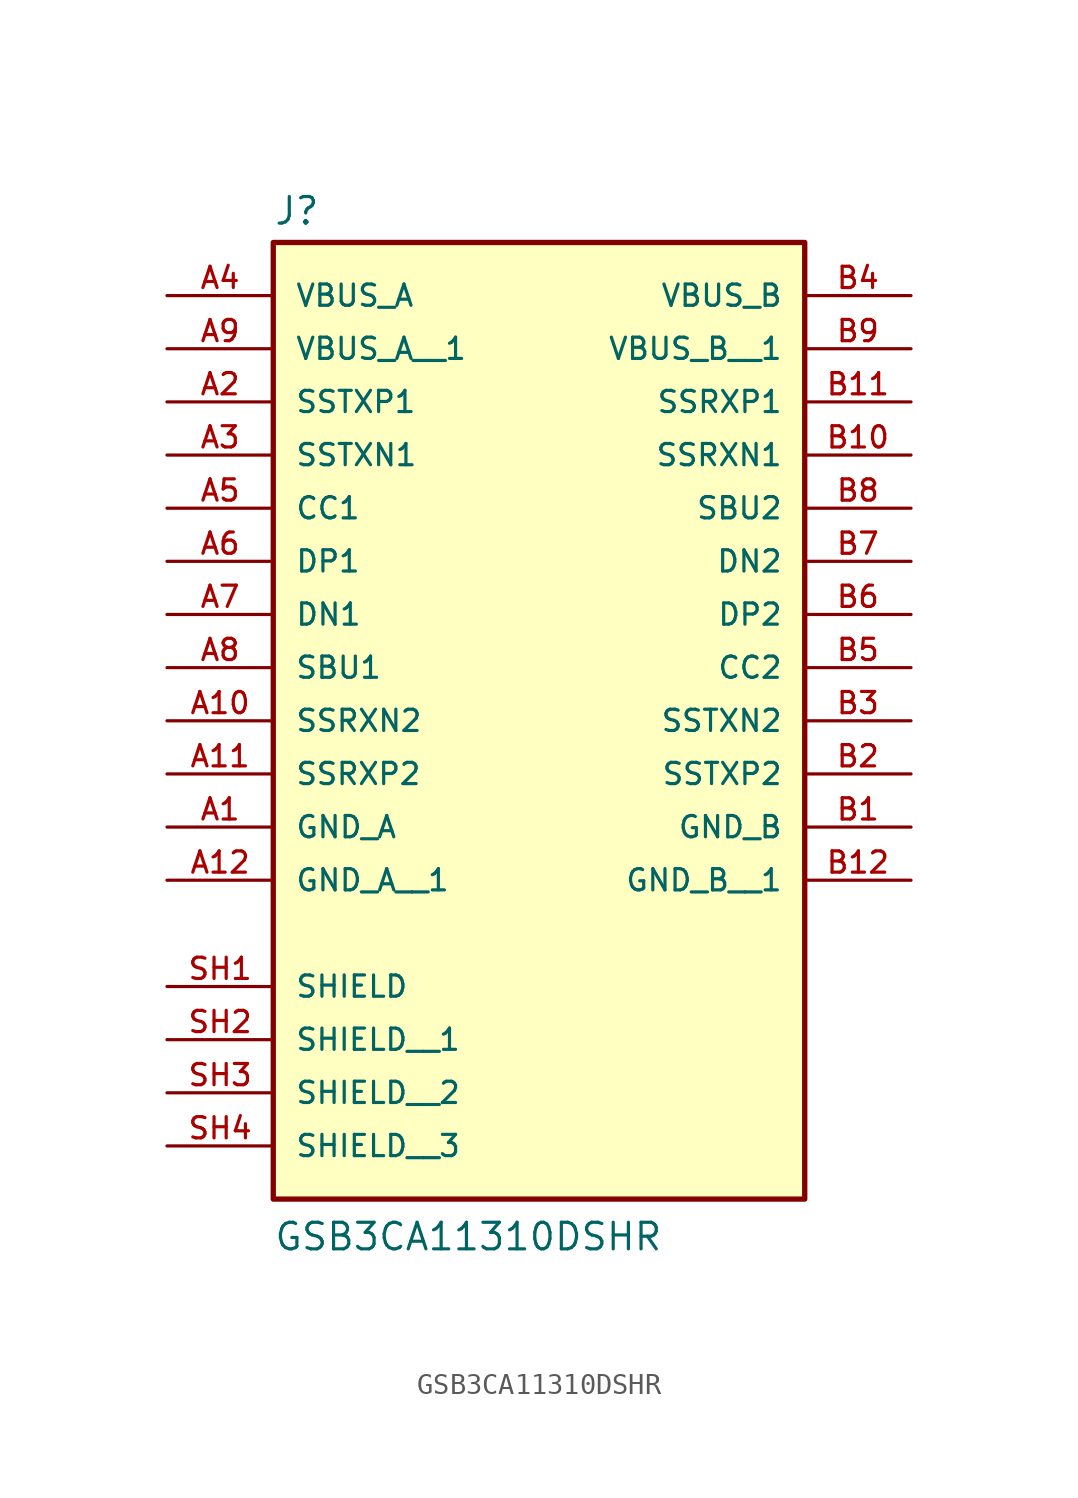
<source format=kicad_sym>
(kicad_symbol_lib
  (version 20241209)
  (generator "kicad_symbol_editor")
  (generator_version "9.0")
  (symbol "GSB3CA11310DSHR"
    (pin_names
      (offset 1.016))
    (property "Reference" "J"
      (at -12.7 16.002 0)
      (effects (font (size 1.27 1.27)) (justify left bottom)))
    (property "Value" "GSB3CA11310DSHR"
      (at -12.7 -33.02 0)
      (effects (font (size 1.27 1.27)) (justify left bottom)))
    (symbol "GSB3CA11310DSHR_0_0"
      (rectangle (start -12.7 -30.48) (end 12.7 15.24) (stroke (width 0.254) (type default)) (fill (type background)))
      (pin power_in line (at -17.78 12.7 0) (length 5.08) (name "VBUS_A" (effects (font (size 1.016 1.016)))) (number "A4" (effects (font (size 1.016 1.016)))))
      (pin power_in line (at -17.78 10.16 0) (length 5.08) (name "VBUS_A__1" (effects (font (size 1.016 1.016)))) (number "A9" (effects (font (size 1.016 1.016)))))
      (pin bidirectional line (at -17.78 7.62 0) (length 5.08) (name "SSTXP1" (effects (font (size 1.016 1.016)))) (number "A2" (effects (font (size 1.016 1.016)))))
      (pin bidirectional line (at -17.78 5.08 0) (length 5.08) (name "SSTXN1" (effects (font (size 1.016 1.016)))) (number "A3" (effects (font (size 1.016 1.016)))))
      (pin bidirectional line (at -17.78 2.54 0) (length 5.08) (name "CC1" (effects (font (size 1.016 1.016)))) (number "A5" (effects (font (size 1.016 1.016)))))
      (pin bidirectional line (at -17.78 0 0) (length 5.08) (name "DP1" (effects (font (size 1.016 1.016)))) (number "A6" (effects (font (size 1.016 1.016)))))
      (pin bidirectional line (at -17.78 -2.54 0) (length 5.08) (name "DN1" (effects (font (size 1.016 1.016)))) (number "A7" (effects (font (size 1.016 1.016)))))
      (pin bidirectional line (at -17.78 -5.08 0) (length 5.08) (name "SBU1" (effects (font (size 1.016 1.016)))) (number "A8" (effects (font (size 1.016 1.016)))))
      (pin bidirectional line (at -17.78 -7.62 0) (length 5.08) (name "SSRXN2" (effects (font (size 1.016 1.016)))) (number "A10" (effects (font (size 1.016 1.016)))))
      (pin bidirectional line (at -17.78 -10.16 0) (length 5.08) (name "SSRXP2" (effects (font (size 1.016 1.016)))) (number "A11" (effects (font (size 1.016 1.016)))))
      (pin power_in line (at -17.78 -12.7 0) (length 5.08) (name "GND_A" (effects (font (size 1.016 1.016)))) (number "A1" (effects (font (size 1.016 1.016)))))
      (pin power_in line (at -17.78 -15.24 0) (length 5.08) (name "GND_A__1" (effects (font (size 1.016 1.016)))) (number "A12" (effects (font (size 1.016 1.016)))))
      (pin passive line (at -17.78 -20.32 0) (length 5.08) (name "SHIELD" (effects (font (size 1.016 1.016)))) (number "SH1" (effects (font (size 1.016 1.016)))))
      (pin passive line (at -17.78 -22.86 0) (length 5.08) (name "SHIELD__1" (effects (font (size 1.016 1.016)))) (number "SH2" (effects (font (size 1.016 1.016)))))
      (pin passive line (at -17.78 -25.4 0) (length 5.08) (name "SHIELD__2" (effects (font (size 1.016 1.016)))) (number "SH3" (effects (font (size 1.016 1.016)))))
      (pin passive line (at -17.78 -27.94 0) (length 5.08) (name "SHIELD__3" (effects (font (size 1.016 1.016)))) (number "SH4" (effects (font (size 1.016 1.016)))))
      (pin power_in line (at 17.78 12.7 180) (length 5.08) (name "VBUS_B" (effects (font (size 1.016 1.016)))) (number "B4" (effects (font (size 1.016 1.016)))))
      (pin power_in line (at 17.78 10.16 180) (length 5.08) (name "VBUS_B__1" (effects (font (size 1.016 1.016)))) (number "B9" (effects (font (size 1.016 1.016)))))
      (pin bidirectional line (at 17.78 7.62 180) (length 5.08) (name "SSRXP1" (effects (font (size 1.016 1.016)))) (number "B11" (effects (font (size 1.016 1.016)))))
      (pin bidirectional line (at 17.78 5.08 180) (length 5.08) (name "SSRXN1" (effects (font (size 1.016 1.016)))) (number "B10" (effects (font (size 1.016 1.016)))))
      (pin bidirectional line (at 17.78 2.54 180) (length 5.08) (name "SBU2" (effects (font (size 1.016 1.016)))) (number "B8" (effects (font (size 1.016 1.016)))))
      (pin bidirectional line (at 17.78 0 180) (length 5.08) (name "DN2" (effects (font (size 1.016 1.016)))) (number "B7" (effects (font (size 1.016 1.016)))))
      (pin bidirectional line (at 17.78 -2.54 180) (length 5.08) (name "DP2" (effects (font (size 1.016 1.016)))) (number "B6" (effects (font (size 1.016 1.016)))))
      (pin bidirectional line (at 17.78 -5.08 180) (length 5.08) (name "CC2" (effects (font (size 1.016 1.016)))) (number "B5" (effects (font (size 1.016 1.016)))))
      (pin bidirectional line (at 17.78 -7.62 180) (length 5.08) (name "SSTXN2" (effects (font (size 1.016 1.016)))) (number "B3" (effects (font (size 1.016 1.016)))))
      (pin bidirectional line (at 17.78 -10.16 180) (length 5.08) (name "SSTXP2" (effects (font (size 1.016 1.016)))) (number "B2" (effects (font (size 1.016 1.016)))))
      (pin power_in line (at 17.78 -12.7 180) (length 5.08) (name "GND_B" (effects (font (size 1.016 1.016)))) (number "B1" (effects (font (size 1.016 1.016)))))
      (pin power_in line (at 17.78 -15.24 180) (length 5.08) (name "GND_B__1" (effects (font (size 1.016 1.016)))) (number "B12" (effects (font (size 1.016 1.016))))))))
</source>
